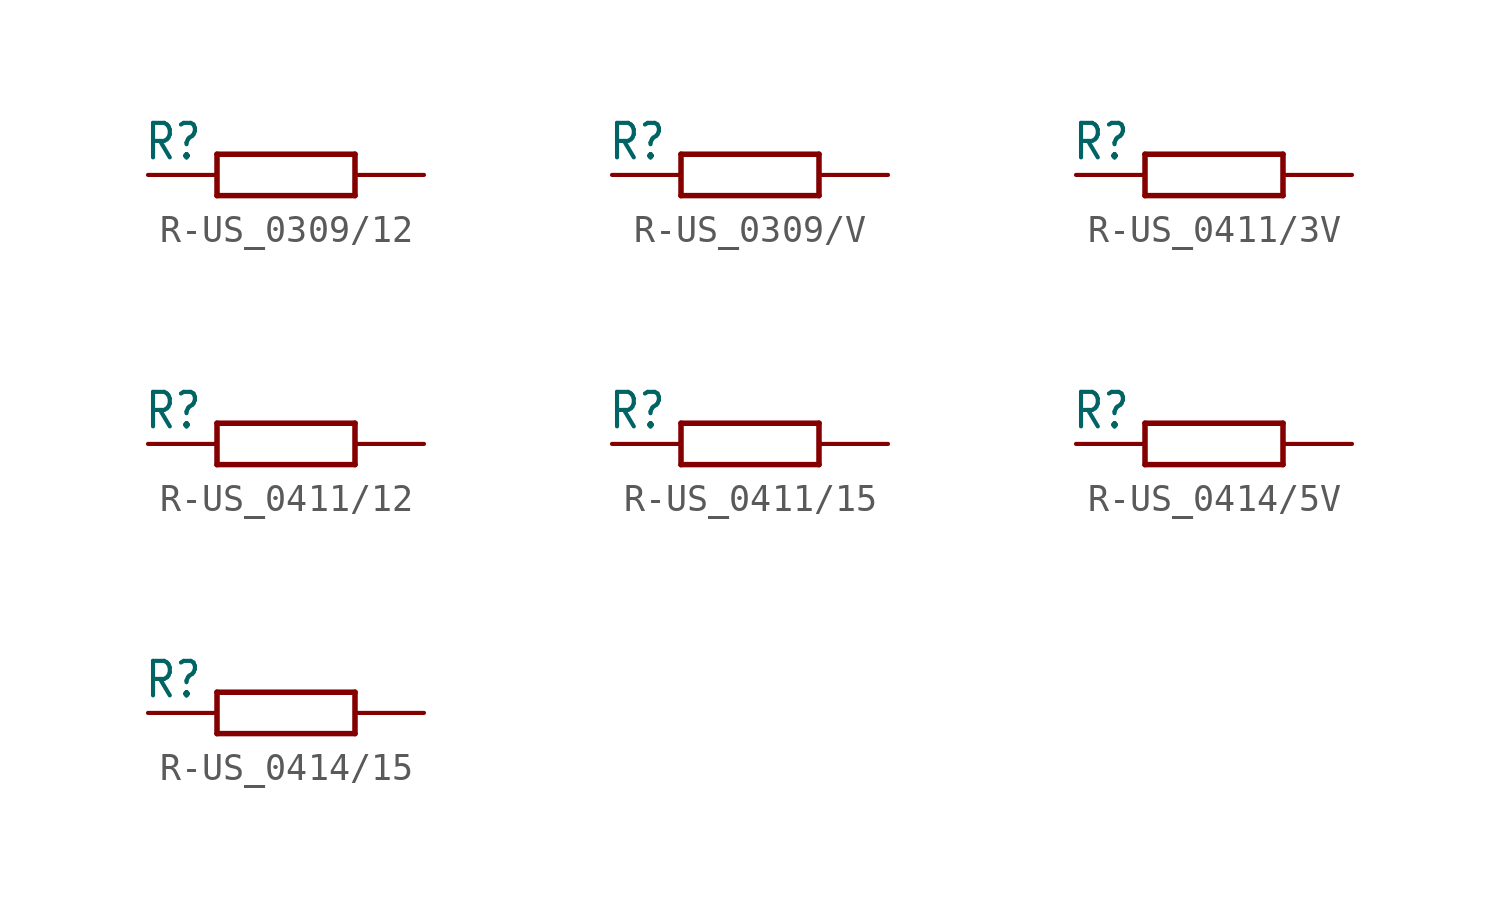
<source format=kicad_sym>
(kicad_symbol_lib
  (version 20231120)
  (generator "kicad_symbol_editor")
  (generator_version "8.99")
  (symbol "R-US_0309/12"
    (property "Reference" "R"
      (at -3.048 0.483 0)
      (effects (font (size 1.27 1.079)) (justify right bottom)))
    (property "Value" ""
      (at 0 0 0)
      (effects (font (size 1.016 0.864))))
    (property "ki_locked" ""
      (at 0 0 0)
      (effects (font (size 1.27 1.27))))
    (symbol "R-US_0309/12_1_0"
      (polyline (pts (xy -2.54 -0.762) (xy -2.54 0.762)) (stroke (width 0.203) (type solid)) (fill (type none)))
      (polyline (pts (xy -2.54 0.762) (xy 2.54 0.762)) (stroke (width 0.203) (type solid)) (fill (type none)))
      (polyline (pts (xy 2.54 -0.762) (xy -2.54 -0.762)) (stroke (width 0.203) (type solid)) (fill (type none)))
      (polyline (pts (xy 2.54 0.762) (xy 2.54 -0.762)) (stroke (width 0.203) (type solid)) (fill (type none)))
      (pin passive line (at -5.08 0 0) (length 2.54) (name "1" (effects (font (size 0 0)))) (number "1" (effects (font (size 0 0)))))
      (pin passive line (at 5.08 0 180) (length 2.54) (name "2" (effects (font (size 0 0)))) (number "2" (effects (font (size 0 0)))))))
  (symbol "R-US_0309/V"
    (property "Reference" "R"
      (at -3.048 0.483 0)
      (effects (font (size 1.27 1.079)) (justify right bottom)))
    (property "Value" ""
      (at 0 0 0)
      (effects (font (size 1.016 0.864))))
    (property "ki_locked" ""
      (at 0 0 0)
      (effects (font (size 1.27 1.27))))
    (symbol "R-US_0309/V_1_0"
      (polyline (pts (xy -2.54 -0.762) (xy -2.54 0.762)) (stroke (width 0.203) (type solid)) (fill (type none)))
      (polyline (pts (xy -2.54 0.762) (xy 2.54 0.762)) (stroke (width 0.203) (type solid)) (fill (type none)))
      (polyline (pts (xy 2.54 -0.762) (xy -2.54 -0.762)) (stroke (width 0.203) (type solid)) (fill (type none)))
      (polyline (pts (xy 2.54 0.762) (xy 2.54 -0.762)) (stroke (width 0.203) (type solid)) (fill (type none)))
      (pin passive line (at -5.08 0 0) (length 2.54) (name "1" (effects (font (size 0 0)))) (number "1" (effects (font (size 0 0)))))
      (pin passive line (at 5.08 0 180) (length 2.54) (name "2" (effects (font (size 0 0)))) (number "2" (effects (font (size 0 0)))))))
  (symbol "R-US_0411/3V"
    (property "Reference" "R"
      (at -3.048 0.483 0)
      (effects (font (size 1.27 1.079)) (justify right bottom)))
    (property "Value" ""
      (at 0 0 0)
      (effects (font (size 1.016 0.864))))
    (property "ki_locked" ""
      (at 0 0 0)
      (effects (font (size 1.27 1.27))))
    (symbol "R-US_0411/3V_1_0"
      (polyline (pts (xy -2.54 -0.762) (xy -2.54 0.762)) (stroke (width 0.203) (type solid)) (fill (type none)))
      (polyline (pts (xy -2.54 0.762) (xy 2.54 0.762)) (stroke (width 0.203) (type solid)) (fill (type none)))
      (polyline (pts (xy 2.54 -0.762) (xy -2.54 -0.762)) (stroke (width 0.203) (type solid)) (fill (type none)))
      (polyline (pts (xy 2.54 0.762) (xy 2.54 -0.762)) (stroke (width 0.203) (type solid)) (fill (type none)))
      (pin passive line (at -5.08 0 0) (length 2.54) (name "1" (effects (font (size 0 0)))) (number "1" (effects (font (size 0 0)))))
      (pin passive line (at 5.08 0 180) (length 2.54) (name "2" (effects (font (size 0 0)))) (number "2" (effects (font (size 0 0)))))))
  (symbol "R-US_0411/12"
    (property "Reference" "R"
      (at -3.048 0.483 0)
      (effects (font (size 1.27 1.079)) (justify right bottom)))
    (property "Value" ""
      (at 0 0 0)
      (effects (font (size 1.016 0.864))))
    (property "ki_locked" ""
      (at 0 0 0)
      (effects (font (size 1.27 1.27))))
    (symbol "R-US_0411/12_1_0"
      (polyline (pts (xy -2.54 -0.762) (xy -2.54 0.762)) (stroke (width 0.203) (type solid)) (fill (type none)))
      (polyline (pts (xy -2.54 0.762) (xy 2.54 0.762)) (stroke (width 0.203) (type solid)) (fill (type none)))
      (polyline (pts (xy 2.54 -0.762) (xy -2.54 -0.762)) (stroke (width 0.203) (type solid)) (fill (type none)))
      (polyline (pts (xy 2.54 0.762) (xy 2.54 -0.762)) (stroke (width 0.203) (type solid)) (fill (type none)))
      (pin passive line (at -5.08 0 0) (length 2.54) (name "1" (effects (font (size 0 0)))) (number "1" (effects (font (size 0 0)))))
      (pin passive line (at 5.08 0 180) (length 2.54) (name "2" (effects (font (size 0 0)))) (number "2" (effects (font (size 0 0)))))))
  (symbol "R-US_0411/15"
    (property "Reference" "R"
      (at -3.048 0.483 0)
      (effects (font (size 1.27 1.079)) (justify right bottom)))
    (property "Value" ""
      (at 0 0 0)
      (effects (font (size 1.016 0.864))))
    (property "ki_locked" ""
      (at 0 0 0)
      (effects (font (size 1.27 1.27))))
    (symbol "R-US_0411/15_1_0"
      (polyline (pts (xy -2.54 -0.762) (xy -2.54 0.762)) (stroke (width 0.203) (type solid)) (fill (type none)))
      (polyline (pts (xy -2.54 0.762) (xy 2.54 0.762)) (stroke (width 0.203) (type solid)) (fill (type none)))
      (polyline (pts (xy 2.54 -0.762) (xy -2.54 -0.762)) (stroke (width 0.203) (type solid)) (fill (type none)))
      (polyline (pts (xy 2.54 0.762) (xy 2.54 -0.762)) (stroke (width 0.203) (type solid)) (fill (type none)))
      (pin passive line (at -5.08 0 0) (length 2.54) (name "1" (effects (font (size 0 0)))) (number "1" (effects (font (size 0 0)))))
      (pin passive line (at 5.08 0 180) (length 2.54) (name "2" (effects (font (size 0 0)))) (number "2" (effects (font (size 0 0)))))))
  (symbol "R-US_0414/5V"
    (property "Reference" "R"
      (at -3.048 0.483 0)
      (effects (font (size 1.27 1.079)) (justify right bottom)))
    (property "Value" ""
      (at 0 0 0)
      (effects (font (size 1.016 0.864))))
    (property "ki_locked" ""
      (at 0 0 0)
      (effects (font (size 1.27 1.27))))
    (symbol "R-US_0414/5V_1_0"
      (polyline (pts (xy -2.54 -0.762) (xy -2.54 0.762)) (stroke (width 0.203) (type solid)) (fill (type none)))
      (polyline (pts (xy -2.54 0.762) (xy 2.54 0.762)) (stroke (width 0.203) (type solid)) (fill (type none)))
      (polyline (pts (xy 2.54 -0.762) (xy -2.54 -0.762)) (stroke (width 0.203) (type solid)) (fill (type none)))
      (polyline (pts (xy 2.54 0.762) (xy 2.54 -0.762)) (stroke (width 0.203) (type solid)) (fill (type none)))
      (pin passive line (at -5.08 0 0) (length 2.54) (name "1" (effects (font (size 0 0)))) (number "1" (effects (font (size 0 0)))))
      (pin passive line (at 5.08 0 180) (length 2.54) (name "2" (effects (font (size 0 0)))) (number "2" (effects (font (size 0 0)))))))
  (symbol "R-US_0414/15"
    (property "Reference" "R"
      (at -3.048 0.483 0)
      (effects (font (size 1.27 1.079)) (justify right bottom)))
    (property "Value" ""
      (at 0 0 0)
      (effects (font (size 1.016 0.864))))
    (property "ki_locked" ""
      (at 0 0 0)
      (effects (font (size 1.27 1.27))))
    (symbol "R-US_0414/15_1_0"
      (polyline (pts (xy -2.54 -0.762) (xy -2.54 0.762)) (stroke (width 0.203) (type solid)) (fill (type none)))
      (polyline (pts (xy -2.54 0.762) (xy 2.54 0.762)) (stroke (width 0.203) (type solid)) (fill (type none)))
      (polyline (pts (xy 2.54 -0.762) (xy -2.54 -0.762)) (stroke (width 0.203) (type solid)) (fill (type none)))
      (polyline (pts (xy 2.54 0.762) (xy 2.54 -0.762)) (stroke (width 0.203) (type solid)) (fill (type none)))
      (pin passive line (at -5.08 0 0) (length 2.54) (name "1" (effects (font (size 0 0)))) (number "1" (effects (font (size 0 0)))))
      (pin passive line (at 5.08 0 180) (length 2.54) (name "2" (effects (font (size 0 0)))) (number "2" (effects (font (size 0 0))))))))
</source>
